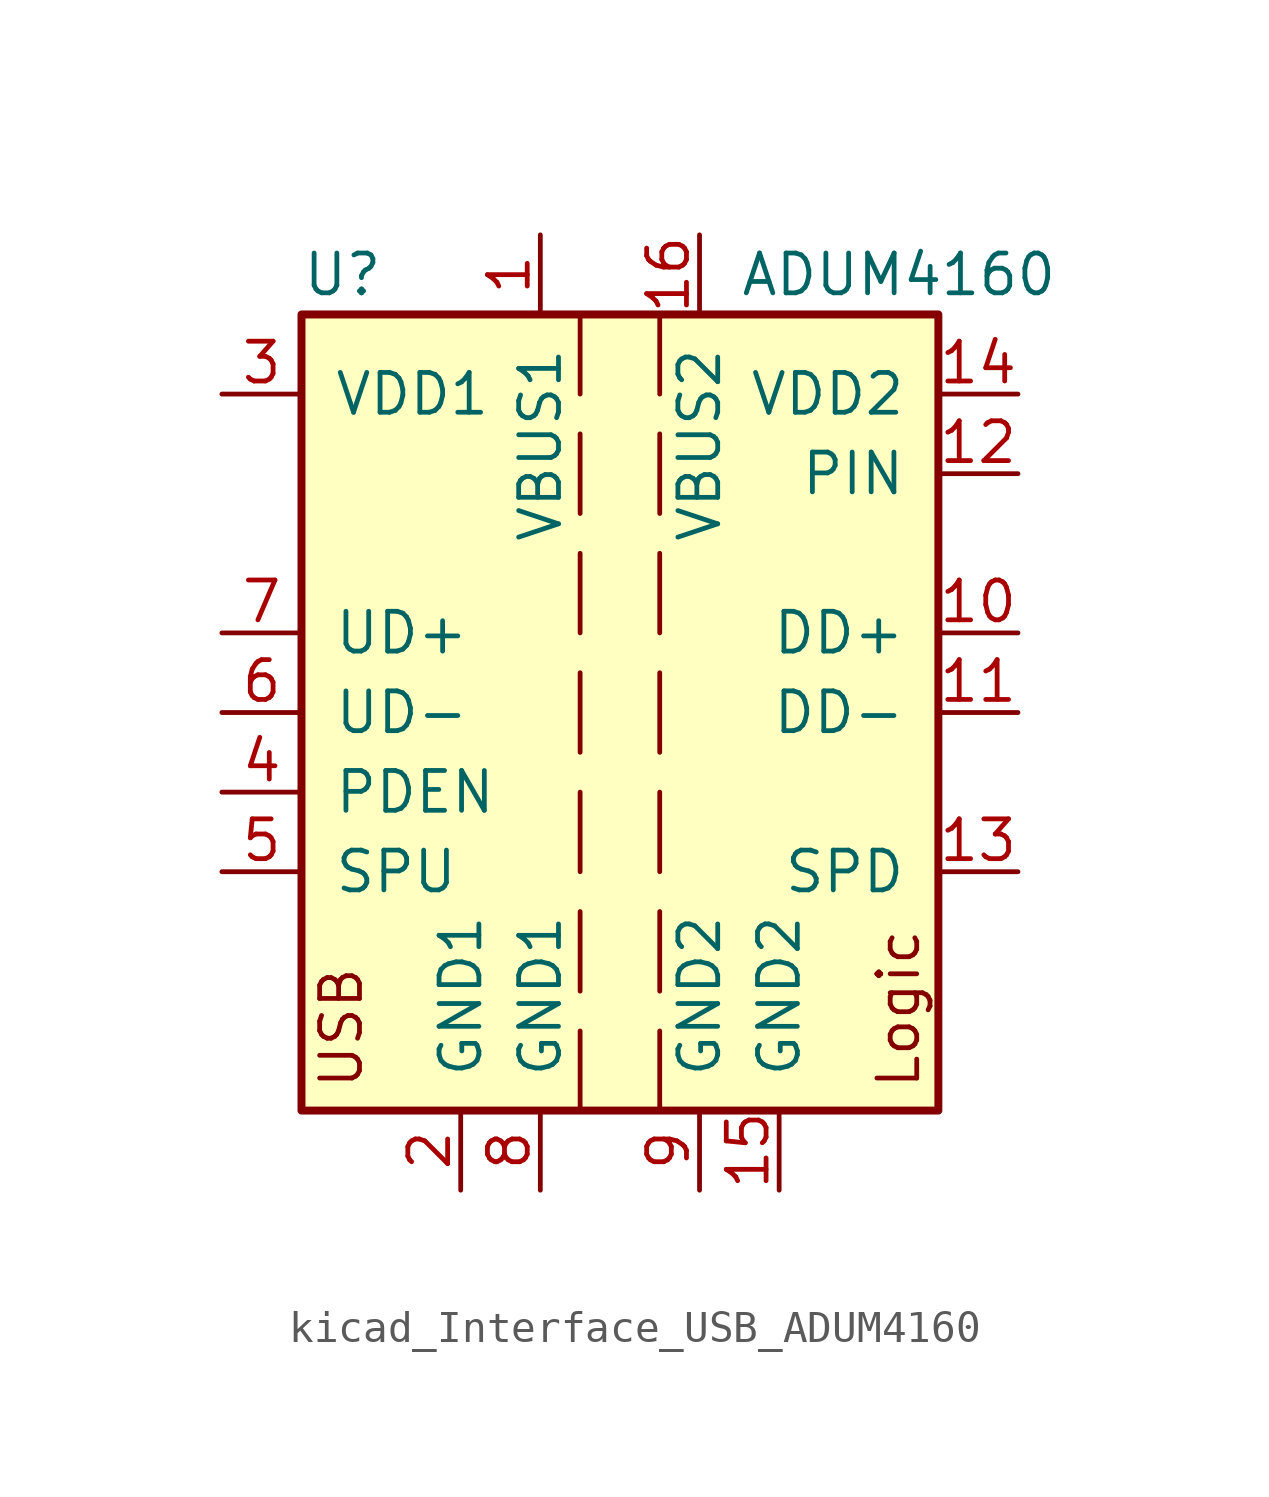
<source format=kicad_sym>
(kicad_symbol_lib
  (version 20220914)
  (generator kicad_symbol_editor)
  (symbol "kicad_Interface_USB_ADUM4160"
    (pin_names
      (offset 1.016))
    (property "Reference" "U"
      (at -10.16 13.97 0)
      (effects (font (size 1.27 1.27)) (justify left)))
    (property "Value" "ADUM4160"
      (at 3.81 13.97 0)
      (effects (font (size 1.27 1.27)) (justify left)))
    (symbol "kicad_Interface_USB_ADUM4160_0_0"
      (text "Logic" (at 8.89 -12.065 900) (effects (font (size 1.27 1.27)) (justify left))))
    (symbol "kicad_Interface_USB_ADUM4160_0_1"
      (rectangle (start -10.16 12.7) (end 10.16 -12.7) (stroke (width 0.254) (type default)) (fill (type background)))
      (polyline (pts (xy -1.27 -10.16) (xy -1.27 -12.7)) (stroke (width 0) (type default)) (fill (type none)))
      (polyline (pts (xy -1.27 -6.35) (xy -1.27 -8.89)) (stroke (width 0) (type default)) (fill (type none)))
      (polyline (pts (xy -1.27 -2.54) (xy -1.27 -5.08)) (stroke (width 0) (type default)) (fill (type none)))
      (polyline (pts (xy -1.27 1.27) (xy -1.27 -1.27)) (stroke (width 0) (type default)) (fill (type none)))
      (polyline (pts (xy -1.27 5.08) (xy -1.27 2.54)) (stroke (width 0) (type default)) (fill (type none)))
      (polyline (pts (xy -1.27 8.89) (xy -1.27 6.35)) (stroke (width 0) (type default)) (fill (type none)))
      (polyline (pts (xy -1.27 12.7) (xy -1.27 10.16)) (stroke (width 0) (type default)) (fill (type none)))
      (polyline (pts (xy 1.27 -10.16) (xy 1.27 -12.7)) (stroke (width 0) (type default)) (fill (type none)))
      (polyline (pts (xy 1.27 -6.35) (xy 1.27 -8.89)) (stroke (width 0) (type default)) (fill (type none)))
      (polyline (pts (xy 1.27 -2.54) (xy 1.27 -5.08)) (stroke (width 0) (type default)) (fill (type none)))
      (polyline (pts (xy 1.27 1.27) (xy 1.27 -1.27)) (stroke (width 0) (type default)) (fill (type none)))
      (polyline (pts (xy 1.27 5.08) (xy 1.27 2.54)) (stroke (width 0) (type default)) (fill (type none)))
      (polyline (pts (xy 1.27 8.89) (xy 1.27 6.35)) (stroke (width 0) (type default)) (fill (type none)))
      (polyline (pts (xy 1.27 12.7) (xy 1.27 10.16)) (stroke (width 0) (type default)) (fill (type none))))
    (symbol "kicad_Interface_USB_ADUM4160_1_0"
      (text "USB" (at -8.89 -12.065 900) (effects (font (size 1.27 1.27)) (justify left))))
    (symbol "kicad_Interface_USB_ADUM4160_1_1"
      (pin power_in line (at -2.54 15.24 270) (length 2.54) (name "VBUS1" (effects (font (size 1.27 1.27)))) (number "1" (effects (font (size 1.27 1.27)))))
      (pin bidirectional line (at 12.7 2.54 180) (length 2.54) (name "DD+" (effects (font (size 1.27 1.27)))) (number "10" (effects (font (size 1.27 1.27)))))
      (pin bidirectional line (at 12.7 0 180) (length 2.54) (name "DD-" (effects (font (size 1.27 1.27)))) (number "11" (effects (font (size 1.27 1.27)))))
      (pin input line (at 12.7 7.62 180) (length 2.54) (name "PIN" (effects (font (size 1.27 1.27)))) (number "12" (effects (font (size 1.27 1.27)))))
      (pin input line (at 12.7 -5.08 180) (length 2.54) (name "SPD" (effects (font (size 1.27 1.27)))) (number "13" (effects (font (size 1.27 1.27)))))
      (pin power_in line (at 12.7 10.16 180) (length 2.54) (name "VDD2" (effects (font (size 1.27 1.27)))) (number "14" (effects (font (size 1.27 1.27)))))
      (pin power_in line (at 5.08 -15.24 90) (length 2.54) (name "GND2" (effects (font (size 1.27 1.27)))) (number "15" (effects (font (size 1.27 1.27)))))
      (pin power_in line (at 2.54 15.24 270) (length 2.54) (name "VBUS2" (effects (font (size 1.27 1.27)))) (number "16" (effects (font (size 1.27 1.27)))))
      (pin power_in line (at -5.08 -15.24 90) (length 2.54) (name "GND1" (effects (font (size 1.27 1.27)))) (number "2" (effects (font (size 1.27 1.27)))))
      (pin power_in line (at -12.7 10.16 0) (length 2.54) (name "VDD1" (effects (font (size 1.27 1.27)))) (number "3" (effects (font (size 1.27 1.27)))))
      (pin input line (at -12.7 -2.54 0) (length 2.54) (name "PDEN" (effects (font (size 1.27 1.27)))) (number "4" (effects (font (size 1.27 1.27)))))
      (pin input line (at -12.7 -5.08 0) (length 2.54) (name "SPU" (effects (font (size 1.27 1.27)))) (number "5" (effects (font (size 1.27 1.27)))))
      (pin bidirectional line (at -12.7 0 0) (length 2.54) (name "UD-" (effects (font (size 1.27 1.27)))) (number "6" (effects (font (size 1.27 1.27)))))
      (pin bidirectional line (at -12.7 2.54 0) (length 2.54) (name "UD+" (effects (font (size 1.27 1.27)))) (number "7" (effects (font (size 1.27 1.27)))))
      (pin power_in line (at -2.54 -15.24 90) (length 2.54) (name "GND1" (effects (font (size 1.27 1.27)))) (number "8" (effects (font (size 1.27 1.27)))))
      (pin power_in line (at 2.54 -15.24 90) (length 2.54) (name "GND2" (effects (font (size 1.27 1.27)))) (number "9" (effects (font (size 1.27 1.27))))))))
</source>
